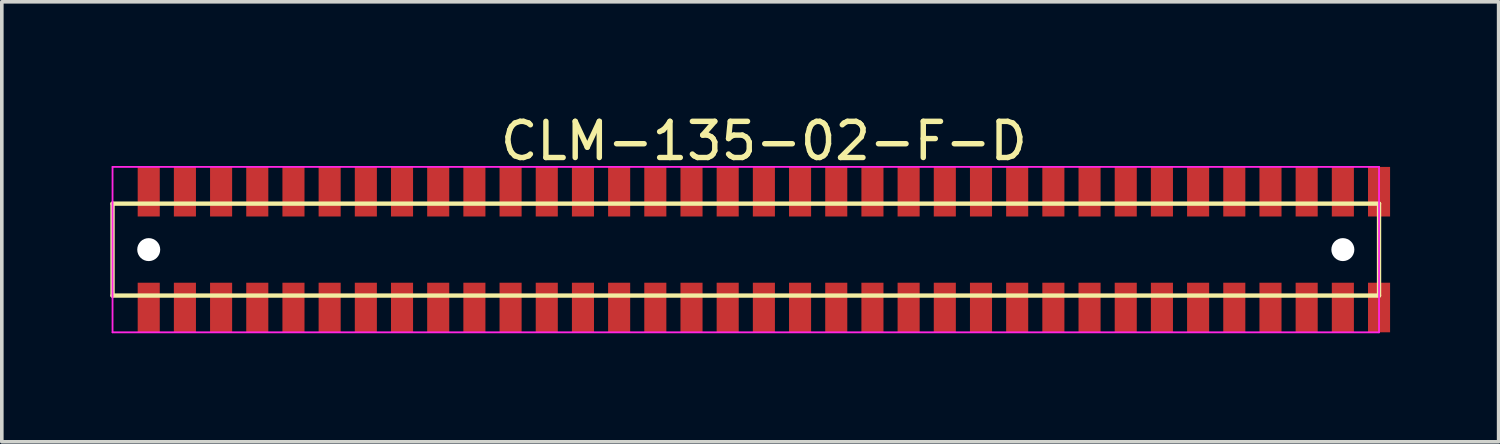
<source format=kicad_pcb>
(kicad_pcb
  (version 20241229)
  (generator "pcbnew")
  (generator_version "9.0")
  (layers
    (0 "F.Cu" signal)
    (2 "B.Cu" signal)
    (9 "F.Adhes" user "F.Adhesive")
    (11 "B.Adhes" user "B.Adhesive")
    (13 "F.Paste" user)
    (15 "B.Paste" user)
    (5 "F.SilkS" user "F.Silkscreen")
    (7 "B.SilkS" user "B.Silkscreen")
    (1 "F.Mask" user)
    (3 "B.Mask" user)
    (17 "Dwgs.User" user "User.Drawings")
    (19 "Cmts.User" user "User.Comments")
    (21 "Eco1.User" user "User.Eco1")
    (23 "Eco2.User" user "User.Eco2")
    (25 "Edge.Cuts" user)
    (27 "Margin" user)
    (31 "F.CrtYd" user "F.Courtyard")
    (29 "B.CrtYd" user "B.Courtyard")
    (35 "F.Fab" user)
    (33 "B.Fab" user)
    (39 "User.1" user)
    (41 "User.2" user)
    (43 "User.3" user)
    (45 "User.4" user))
  (footprint "CLM-135-02-F-D"
    (layer "F.Cu")
    (at 18.06 3.848)
    (property "Reference" "CLM-135-02-F-D" (at 0 -3 0) (layer "F.SilkS") (effects (font (size 1 1) (thickness 0.15))))
    (attr through_hole)
    (fp_line (start -18 -1.27) (end -18 1.27) (stroke (width 0.12) (type solid)) (layer "F.SilkS"))
    (fp_line (start -18 1.27) (end 17 1.27) (stroke (width 0.12) (type solid)) (layer "F.SilkS"))
    (fp_line (start 17 -1.27) (end -18 -1.27) (stroke (width 0.12) (type solid)) (layer "F.SilkS"))
    (fp_line (start 17 1.27) (end 17 -1.27) (stroke (width 0.12) (type solid)) (layer "F.SilkS"))
    (fp_line (start -18 -2.286) (end -18 2.286) (stroke (width 0.05) (type solid)) (layer "F.CrtYd"))
    (fp_line (start -18 2.286) (end 17 2.286) (stroke (width 0.05) (type solid)) (layer "F.CrtYd"))
    (fp_line (start 17 -2.286) (end -18 -2.286) (stroke (width 0.05) (type solid)) (layer "F.CrtYd"))
    (fp_line (start 17 2.286) (end 17 -2.286) (stroke (width 0.05) (type solid)) (layer "F.CrtYd"))
    (pad "" np_thru_hole circle (at -17 0) (size 0.635 0.635) (drill 0.635) (layers "*.Cu" "*.Mask"))
    (pad "" np_thru_hole circle (at 16 0) (size 0.635 0.635) (drill 0.635) (layers "*.Cu" "*.Mask"))
    (pad "1" smd rect (at -17 -1.6) (size 0.61 1.37) (layers "F.Cu" "F.Mask" "F.Paste"))
    (pad "2" smd rect (at -17 1.6) (size 0.61 1.37) (layers "F.Cu" "F.Mask" "F.Paste"))
    (pad "3" smd rect (at -16 -1.6) (size 0.61 1.37) (layers "F.Cu" "F.Mask" "F.Paste"))
    (pad "4" smd rect (at -16 1.6) (size 0.61 1.37) (layers "F.Cu" "F.Mask" "F.Paste"))
    (pad "5" smd rect (at -15 -1.6) (size 0.61 1.37) (layers "F.Cu" "F.Mask" "F.Paste"))
    (pad "6" smd rect (at -15 1.6) (size 0.61 1.37) (layers "F.Cu" "F.Mask" "F.Paste"))
    (pad "7" smd rect (at -14 -1.6) (size 0.61 1.37) (layers "F.Cu" "F.Mask" "F.Paste"))
    (pad "8" smd rect (at -14 1.6) (size 0.61 1.37) (layers "F.Cu" "F.Mask" "F.Paste"))
    (pad "9" smd rect (at -13 -1.6) (size 0.61 1.37) (layers "F.Cu" "F.Mask" "F.Paste"))
    (pad "10" smd rect (at -13 1.6) (size 0.61 1.37) (layers "F.Cu" "F.Mask" "F.Paste"))
    (pad "11" smd rect (at -12 -1.6) (size 0.61 1.37) (layers "F.Cu" "F.Mask" "F.Paste"))
    (pad "12" smd rect (at -12 1.6) (size 0.61 1.37) (layers "F.Cu" "F.Mask" "F.Paste"))
    (pad "13" smd rect (at -11 -1.6) (size 0.61 1.37) (layers "F.Cu" "F.Mask" "F.Paste"))
    (pad "14" smd rect (at -11 1.6) (size 0.61 1.37) (layers "F.Cu" "F.Mask" "F.Paste"))
    (pad "15" smd rect (at -10 -1.6) (size 0.61 1.37) (layers "F.Cu" "F.Mask" "F.Paste"))
    (pad "16" smd rect (at -10 1.6) (size 0.61 1.37) (layers "F.Cu" "F.Mask" "F.Paste"))
    (pad "17" smd rect (at -9 -1.6) (size 0.61 1.37) (layers "F.Cu" "F.Mask" "F.Paste"))
    (pad "18" smd rect (at -9 1.6) (size 0.61 1.37) (layers "F.Cu" "F.Mask" "F.Paste"))
    (pad "19" smd rect (at -8 -1.6) (size 0.61 1.37) (layers "F.Cu" "F.Mask" "F.Paste"))
    (pad "20" smd rect (at -8 1.6) (size 0.61 1.37) (layers "F.Cu" "F.Mask" "F.Paste"))
    (pad "21" smd rect (at -7 -1.6) (size 0.61 1.37) (layers "F.Cu" "F.Mask" "F.Paste"))
    (pad "22" smd rect (at -7 1.6) (size 0.61 1.37) (layers "F.Cu" "F.Mask" "F.Paste"))
    (pad "23" smd rect (at -6 -1.6) (size 0.61 1.37) (layers "F.Cu" "F.Mask" "F.Paste"))
    (pad "24" smd rect (at -6 1.6) (size 0.61 1.37) (layers "F.Cu" "F.Mask" "F.Paste"))
    (pad "25" smd rect (at -5 -1.6) (size 0.61 1.37) (layers "F.Cu" "F.Mask" "F.Paste"))
    (pad "26" smd rect (at -5 1.6) (size 0.61 1.37) (layers "F.Cu" "F.Mask" "F.Paste"))
    (pad "27" smd rect (at -4 -1.6) (size 0.61 1.37) (layers "F.Cu" "F.Mask" "F.Paste"))
    (pad "28" smd rect (at -4 1.6) (size 0.61 1.37) (layers "F.Cu" "F.Mask" "F.Paste"))
    (pad "29" smd rect (at -3 -1.6) (size 0.61 1.37) (layers "F.Cu" "F.Mask" "F.Paste"))
    (pad "30" smd rect (at -3 1.6) (size 0.61 1.37) (layers "F.Cu" "F.Mask" "F.Paste"))
    (pad "31" smd rect (at -2 -1.6) (size 0.61 1.37) (layers "F.Cu" "F.Mask" "F.Paste"))
    (pad "32" smd rect (at -2 1.6) (size 0.61 1.37) (layers "F.Cu" "F.Mask" "F.Paste"))
    (pad "33" smd rect (at -1 -1.6) (size 0.61 1.37) (layers "F.Cu" "F.Mask" "F.Paste"))
    (pad "34" smd rect (at -1 1.6) (size 0.61 1.37) (layers "F.Cu" "F.Mask" "F.Paste"))
    (pad "35" smd rect (at 0 -1.6) (size 0.61 1.37) (layers "F.Cu" "F.Mask" "F.Paste"))
    (pad "36" smd rect (at 0 1.6) (size 0.61 1.37) (layers "F.Cu" "F.Mask" "F.Paste"))
    (pad "37" smd rect (at 1 -1.6) (size 0.61 1.37) (layers "F.Cu" "F.Mask" "F.Paste"))
    (pad "38" smd rect (at 1 1.6) (size 0.61 1.37) (layers "F.Cu" "F.Mask" "F.Paste"))
    (pad "39" smd rect (at 2 -1.6) (size 0.61 1.37) (layers "F.Cu" "F.Mask" "F.Paste"))
    (pad "40" smd rect (at 2 1.6) (size 0.61 1.37) (layers "F.Cu" "F.Mask" "F.Paste"))
    (pad "41" smd rect (at 3 -1.6) (size 0.61 1.37) (layers "F.Cu" "F.Mask" "F.Paste"))
    (pad "42" smd rect (at 3 1.6) (size 0.61 1.37) (layers "F.Cu" "F.Mask" "F.Paste"))
    (pad "43" smd rect (at 4 -1.6) (size 0.61 1.37) (layers "F.Cu" "F.Mask" "F.Paste"))
    (pad "44" smd rect (at 4 1.6) (size 0.61 1.37) (layers "F.Cu" "F.Mask" "F.Paste"))
    (pad "45" smd rect (at 5 -1.6) (size 0.61 1.37) (layers "F.Cu" "F.Mask" "F.Paste"))
    (pad "46" smd rect (at 5 1.6) (size 0.61 1.37) (layers "F.Cu" "F.Mask" "F.Paste"))
    (pad "47" smd rect (at 6 -1.6) (size 0.61 1.37) (layers "F.Cu" "F.Mask" "F.Paste"))
    (pad "48" smd rect (at 6 1.6) (size 0.61 1.37) (layers "F.Cu" "F.Mask" "F.Paste"))
    (pad "49" smd rect (at 7 -1.6) (size 0.61 1.37) (layers "F.Cu" "F.Mask" "F.Paste"))
    (pad "50" smd rect (at 7 1.6) (size 0.61 1.37) (layers "F.Cu" "F.Mask" "F.Paste"))
    (pad "51" smd rect (at 8 -1.6) (size 0.61 1.37) (layers "F.Cu" "F.Mask" "F.Paste"))
    (pad "52" smd rect (at 8 1.6) (size 0.61 1.37) (layers "F.Cu" "F.Mask" "F.Paste"))
    (pad "53" smd rect (at 9 -1.6) (size 0.61 1.37) (layers "F.Cu" "F.Mask" "F.Paste"))
    (pad "54" smd rect (at 9 1.6) (size 0.61 1.37) (layers "F.Cu" "F.Mask" "F.Paste"))
    (pad "55" smd rect (at 10 -1.6) (size 0.61 1.37) (layers "F.Cu" "F.Mask" "F.Paste"))
    (pad "56" smd rect (at 10 1.6) (size 0.61 1.37) (layers "F.Cu" "F.Mask" "F.Paste"))
    (pad "57" smd rect (at 11 -1.6) (size 0.61 1.37) (layers "F.Cu" "F.Mask" "F.Paste"))
    (pad "58" smd rect (at 11 1.6) (size 0.61 1.37) (layers "F.Cu" "F.Mask" "F.Paste"))
    (pad "59" smd rect (at 12 -1.6) (size 0.61 1.37) (layers "F.Cu" "F.Mask" "F.Paste"))
    (pad "60" smd rect (at 12 1.6) (size 0.61 1.37) (layers "F.Cu" "F.Mask" "F.Paste"))
    (pad "61" smd rect (at 13 -1.6) (size 0.61 1.37) (layers "F.Cu" "F.Mask" "F.Paste"))
    (pad "62" smd rect (at 13 1.6) (size 0.61 1.37) (layers "F.Cu" "F.Mask" "F.Paste"))
    (pad "63" smd rect (at 14 -1.6) (size 0.61 1.37) (layers "F.Cu" "F.Mask" "F.Paste"))
    (pad "64" smd rect (at 14 1.6) (size 0.61 1.37) (layers "F.Cu" "F.Mask" "F.Paste"))
    (pad "65" smd rect (at 15 -1.6) (size 0.61 1.37) (layers "F.Cu" "F.Mask" "F.Paste"))
    (pad "66" smd rect (at 15 1.6) (size 0.61 1.37) (layers "F.Cu" "F.Mask" "F.Paste"))
    (pad "67" smd rect (at 16 -1.6) (size 0.61 1.37) (layers "F.Cu" "F.Mask" "F.Paste"))
    (pad "68" smd rect (at 16 1.6) (size 0.61 1.37) (layers "F.Cu" "F.Mask" "F.Paste"))
    (pad "69" smd rect (at 17 -1.6) (size 0.61 1.37) (layers "F.Cu" "F.Mask" "F.Paste"))
    (pad "70" smd rect (at 17 1.6) (size 0.61 1.37) (layers "F.Cu" "F.Mask" "F.Paste")))
  (gr_rect
    (start -3 -3)
    (end 38.365 9.159)
    (stroke (width 0.1) (type default))
    (fill no)
    (layer "Edge.Cuts")))
</source>
